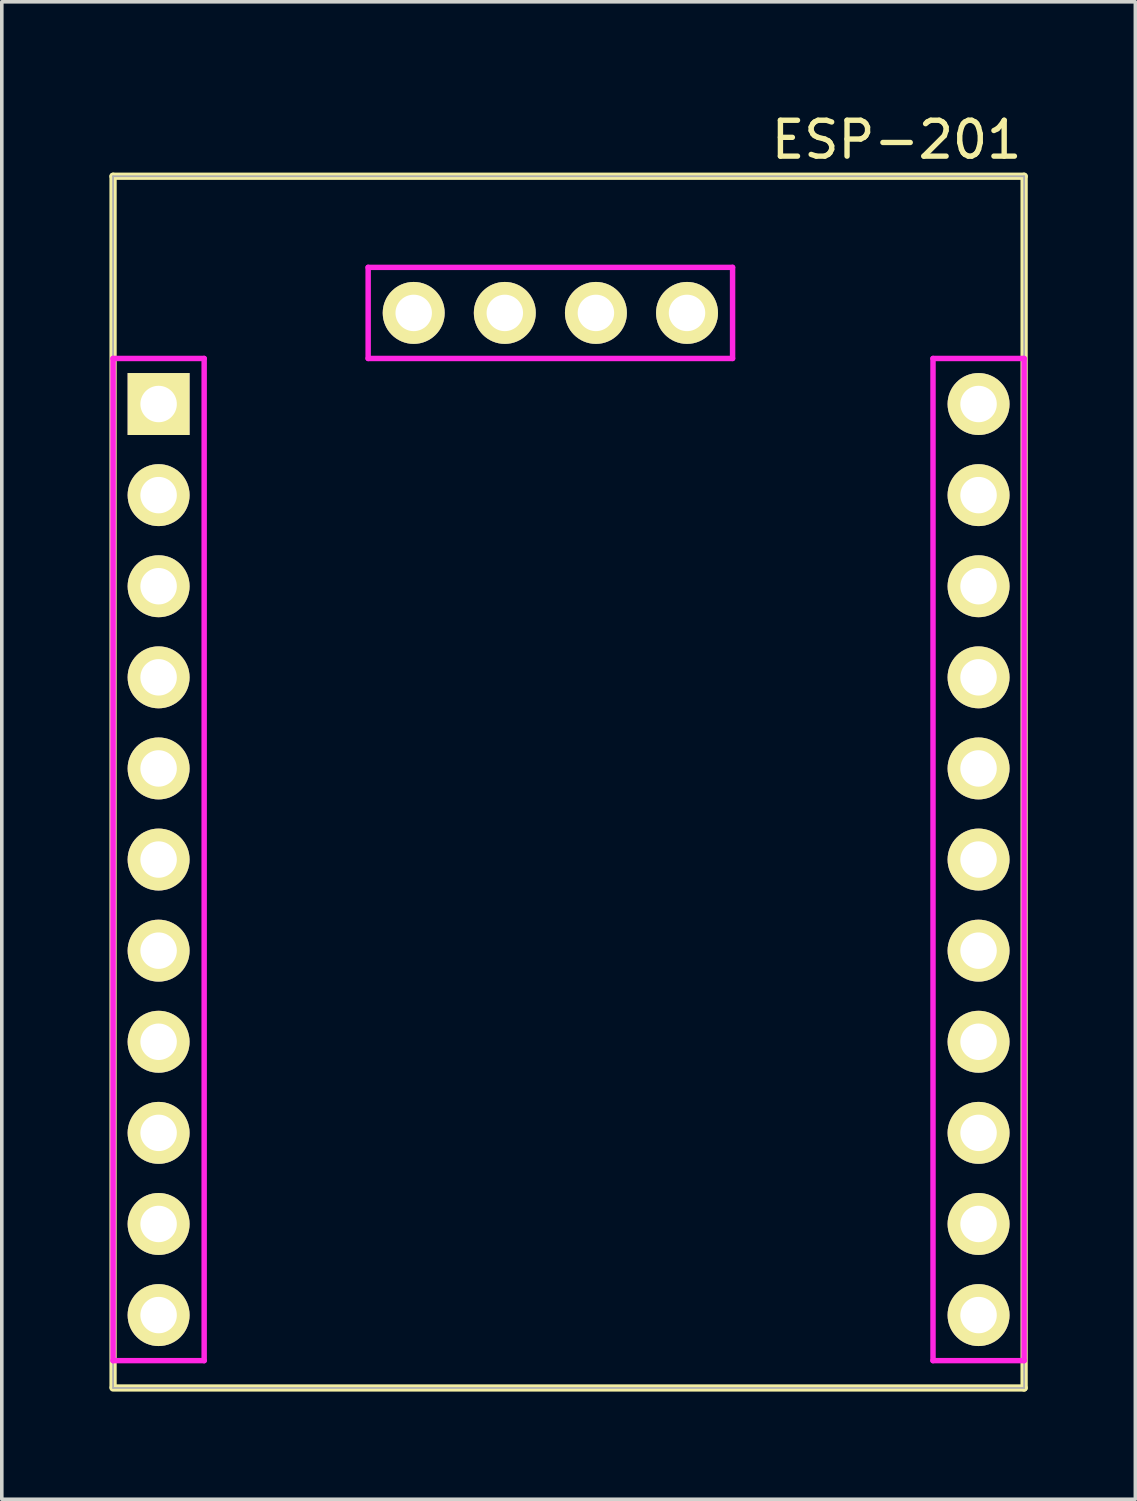
<source format=kicad_pcb>
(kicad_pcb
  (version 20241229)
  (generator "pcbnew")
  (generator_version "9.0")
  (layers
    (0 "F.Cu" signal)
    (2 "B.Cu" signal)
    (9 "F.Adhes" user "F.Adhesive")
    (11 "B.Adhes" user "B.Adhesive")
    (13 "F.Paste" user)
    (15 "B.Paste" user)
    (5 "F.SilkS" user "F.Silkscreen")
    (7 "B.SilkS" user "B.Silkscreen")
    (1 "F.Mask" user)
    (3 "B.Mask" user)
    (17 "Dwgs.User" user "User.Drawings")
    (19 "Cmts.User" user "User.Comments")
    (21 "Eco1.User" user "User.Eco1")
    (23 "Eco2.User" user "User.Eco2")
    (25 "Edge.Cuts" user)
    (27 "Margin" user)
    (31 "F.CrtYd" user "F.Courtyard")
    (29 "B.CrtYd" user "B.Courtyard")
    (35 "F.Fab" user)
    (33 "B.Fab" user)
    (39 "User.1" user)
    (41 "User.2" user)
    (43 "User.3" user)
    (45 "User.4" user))
  (footprint "ESP-201"
    (layer "F.Cu")
    (at 1.372 8.214)
    (property "Reference" "ESP-201" (at 20.574 -7.366 0) (layer "F.SilkS") (effects (font (size 1 1) (thickness 0.15))))
    (attr through_hole)
    (fp_line (start -1.27 -6.35) (end -1.27 27.407) (stroke (width 0.203) (type solid)) (layer "F.SilkS"))
    (fp_line (start -1.27 27.432) (end 24.13 27.432) (stroke (width 0.203) (type solid)) (layer "F.SilkS"))
    (fp_line (start 24.13 -6.35) (end -1.27 -6.35) (stroke (width 0.203) (type solid)) (layer "F.SilkS"))
    (fp_line (start 24.13 27.432) (end 24.13 -6.35) (stroke (width 0.203) (type solid)) (layer "F.SilkS"))
    (fp_line (start -1.27 -1.27) (end -1.27 26.67) (stroke (width 0.152) (type solid)) (layer "F.CrtYd"))
    (fp_line (start -1.27 26.67) (end 1.27 26.67) (stroke (width 0.152) (type solid)) (layer "F.CrtYd"))
    (fp_line (start 1.27 -1.27) (end -1.27 -1.27) (stroke (width 0.152) (type solid)) (layer "F.CrtYd"))
    (fp_line (start 1.27 26.67) (end 1.27 -1.27) (stroke (width 0.152) (type solid)) (layer "F.CrtYd"))
    (fp_line (start 5.842 -3.81) (end 16.002 -3.81) (stroke (width 0.152) (type solid)) (layer "F.CrtYd"))
    (fp_line (start 5.842 -1.27) (end 5.842 -3.81) (stroke (width 0.152) (type solid)) (layer "F.CrtYd"))
    (fp_line (start 16.002 -3.81) (end 16.002 -1.27) (stroke (width 0.152) (type solid)) (layer "F.CrtYd"))
    (fp_line (start 16.002 -1.27) (end 5.842 -1.27) (stroke (width 0.152) (type solid)) (layer "F.CrtYd"))
    (fp_line (start 21.59 -1.27) (end 24.13 -1.27) (stroke (width 0.152) (type solid)) (layer "F.CrtYd"))
    (fp_line (start 21.59 26.67) (end 21.59 -1.27) (stroke (width 0.152) (type solid)) (layer "F.CrtYd"))
    (fp_line (start 24.13 -1.27) (end 24.13 26.67) (stroke (width 0.152) (type solid)) (layer "F.CrtYd"))
    (fp_line (start 24.13 26.67) (end 21.59 26.67) (stroke (width 0.152) (type solid)) (layer "F.CrtYd"))
    (fp_line (start -1.27 -6.35) (end 24.13 -6.35) (stroke (width 0.05) (type solid)) (layer "F.Fab"))
    (fp_line (start -1.27 27.432) (end -1.27 -6.35) (stroke (width 0.05) (type solid)) (layer "F.Fab"))
    (fp_line (start 24.13 -6.35) (end 24.13 27.432) (stroke (width 0.05) (type solid)) (layer "F.Fab"))
    (fp_line (start 24.13 27.432) (end -1.27 27.432) (stroke (width 0.05) (type solid)) (layer "F.Fab"))
    (pad "1" thru_hole rect (at 0 0 90) (size 1.727 1.727) (drill 1.016) (layers "*.Cu" "*.Mask" "F.SilkS"))
    (pad "2" thru_hole circle (at 0 2.54 90) (size 1.727 1.727) (drill 1.016) (layers "*.Cu" "*.Mask" "F.SilkS"))
    (pad "3" thru_hole circle (at 0 5.08 90) (size 1.727 1.727) (drill 1.016) (layers "*.Cu" "*.Mask" "F.SilkS"))
    (pad "4" thru_hole circle (at 0 7.62 90) (size 1.727 1.727) (drill 1.016) (layers "*.Cu" "*.Mask" "F.SilkS"))
    (pad "5" thru_hole circle (at 0 10.16 90) (size 1.727 1.727) (drill 1.016) (layers "*.Cu" "*.Mask" "F.SilkS"))
    (pad "6" thru_hole circle (at 0 12.7 90) (size 1.727 1.727) (drill 1.016) (layers "*.Cu" "*.Mask" "F.SilkS"))
    (pad "7" thru_hole circle (at 0 15.24 90) (size 1.727 1.727) (drill 1.016) (layers "*.Cu" "*.Mask" "F.SilkS"))
    (pad "8" thru_hole circle (at 0 17.78 90) (size 1.727 1.727) (drill 1.016) (layers "*.Cu" "*.Mask" "F.SilkS"))
    (pad "9" thru_hole circle (at 0 20.32 90) (size 1.727 1.727) (drill 1.016) (layers "*.Cu" "*.Mask" "F.SilkS"))
    (pad "10" thru_hole circle (at 0 22.86 90) (size 1.727 1.727) (drill 1.016) (layers "*.Cu" "*.Mask" "F.SilkS"))
    (pad "11" thru_hole circle (at 0 25.4 90) (size 1.727 1.727) (drill 1.016) (layers "*.Cu" "*.Mask" "F.SilkS"))
    (pad "12" thru_hole circle (at 22.86 25.4 90) (size 1.727 1.727) (drill 1.016) (layers "*.Cu" "*.Mask" "F.SilkS"))
    (pad "13" thru_hole circle (at 22.86 22.86 90) (size 1.727 1.727) (drill 1.016) (layers "*.Cu" "*.Mask" "F.SilkS"))
    (pad "14" thru_hole circle (at 22.86 20.32 90) (size 1.727 1.727) (drill 1.016) (layers "*.Cu" "*.Mask" "F.SilkS"))
    (pad "15" thru_hole circle (at 22.86 17.78 90) (size 1.727 1.727) (drill 1.016) (layers "*.Cu" "*.Mask" "F.SilkS"))
    (pad "16" thru_hole circle (at 22.86 15.24 90) (size 1.727 1.727) (drill 1.016) (layers "*.Cu" "*.Mask" "F.SilkS"))
    (pad "17" thru_hole circle (at 22.86 12.7 90) (size 1.727 1.727) (drill 1.016) (layers "*.Cu" "*.Mask" "F.SilkS"))
    (pad "18" thru_hole circle (at 22.86 10.16 90) (size 1.727 1.727) (drill 1.016) (layers "*.Cu" "*.Mask" "F.SilkS"))
    (pad "19" thru_hole circle (at 22.86 7.62 90) (size 1.727 1.727) (drill 1.016) (layers "*.Cu" "*.Mask" "F.SilkS"))
    (pad "20" thru_hole circle (at 22.86 5.08 90) (size 1.727 1.727) (drill 1.016) (layers "*.Cu" "*.Mask" "F.SilkS"))
    (pad "21" thru_hole circle (at 22.86 2.54 90) (size 1.727 1.727) (drill 1.016) (layers "*.Cu" "*.Mask" "F.SilkS"))
    (pad "22" thru_hole circle (at 22.86 0 90) (size 1.727 1.727) (drill 1.016) (layers "*.Cu" "*.Mask" "F.SilkS"))
    (pad "23" thru_hole circle (at 14.732 -2.54 90) (size 1.727 1.727) (drill 1.016) (layers "*.Cu" "*.Mask" "F.SilkS"))
    (pad "24" thru_hole circle (at 12.192 -2.54 90) (size 1.727 1.727) (drill 1.016) (layers "*.Cu" "*.Mask" "F.SilkS"))
    (pad "25" thru_hole circle (at 9.652 -2.54 90) (size 1.727 1.727) (drill 1.016) (layers "*.Cu" "*.Mask" "F.SilkS"))
    (pad "26" thru_hole circle (at 7.112 -2.54 90) (size 1.727 1.727) (drill 1.016) (layers "*.Cu" "*.Mask" "F.SilkS")))
  (gr_rect
    (start -3 -3)
    (end 28.603 38.748)
    (stroke (width 0.1) (type default))
    (fill no)
    (layer "Edge.Cuts")))
</source>
